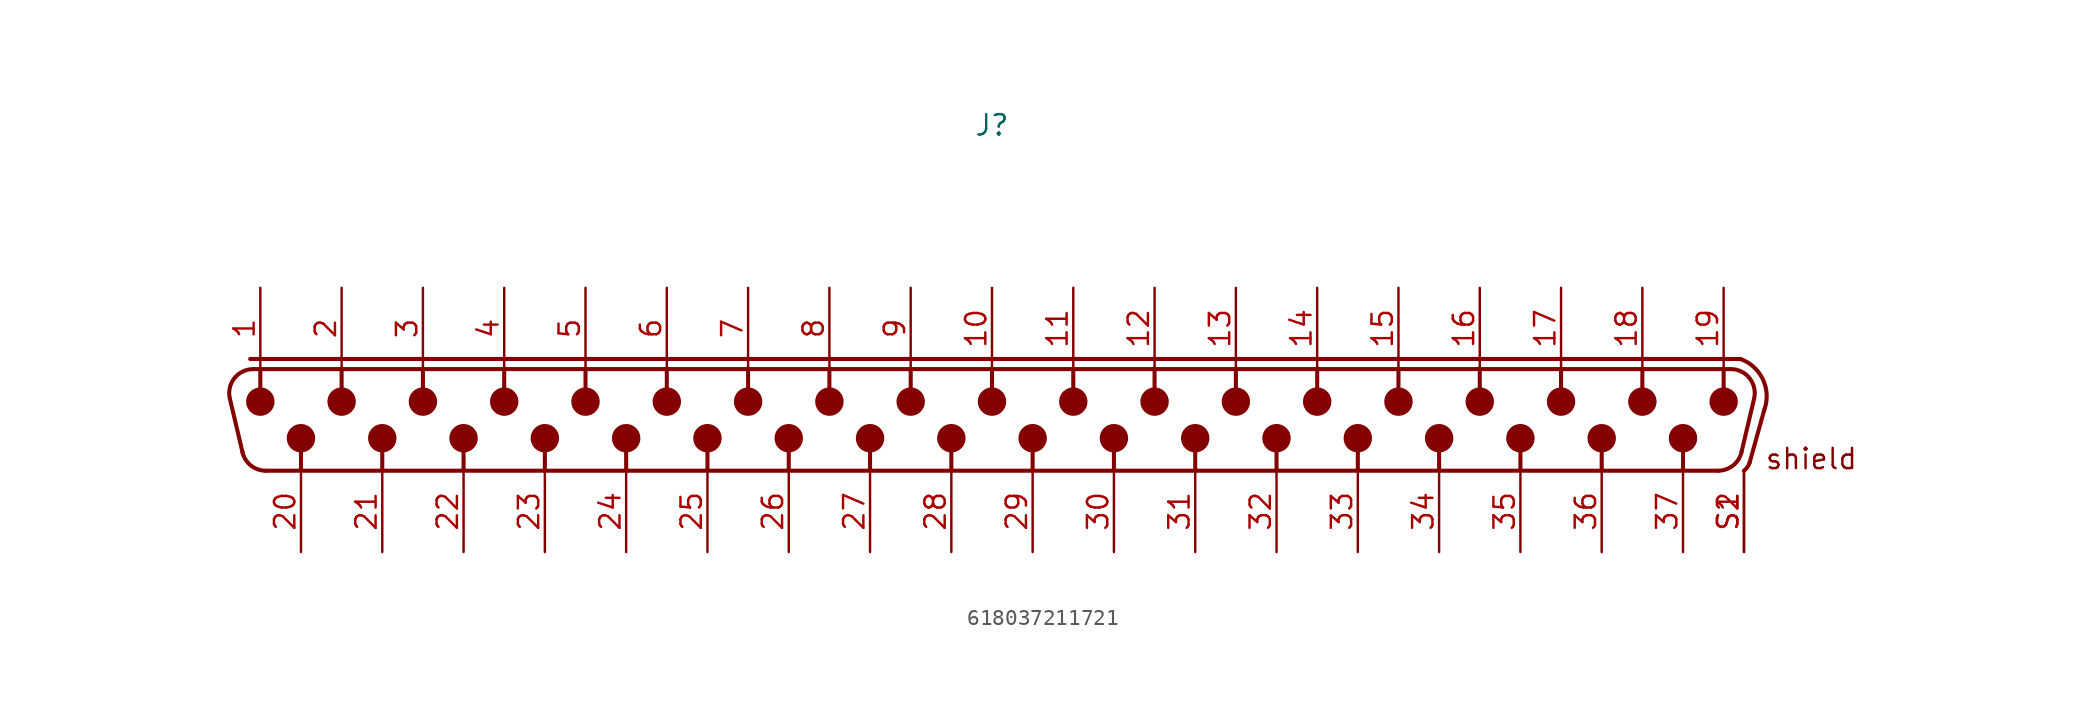
<source format=kicad_sym>
(kicad_symbol_lib
  (version 20241209)
  (generator "kicad_symbol_editor")
  (generator_version "9.0")
  (symbol "618037211721"
    (pin_names
      (hide yes))
    (property "Reference" "J"
      (at 0 17.78 0)
      (effects (font (size 1.27 1.27))))
    (symbol "618037211721_1_0"
      (polyline (pts (xy -46.833 -2.655) (xy -47.624 0.695)) (stroke (width 0.254) (type solid)) (fill (type none)))
      (polyline (pts (xy -46.355 3.175) (xy 46.76 3.175)) (stroke (width 0.254) (type solid)) (fill (type none)))
      (polyline (pts (xy -46.164 2.54) (xy 46.164 2.54)) (stroke (width 0.254) (type solid)) (fill (type none)))
      (arc (start -47.6242 0.695) (mid -47.3407 1.9707) (end -46.1643 2.54) (stroke (width 0.254) (type solid)) (fill (type none)))
      (polyline (pts (xy -45.72 2.58) (xy -45.72 0.4)) (stroke (width 0.254) (type solid)) (fill (type none)))
      (circle (center -45.72 0.508) (radius 0.762) (stroke (width 0.254) (type solid)) (fill (type outline)))
      (arc (start -45.373 -3.81) (mid -46.3038 -3.4862) (end -46.8328 -2.6547) (stroke (width 0.254) (type solid)) (fill (type none)))
      (circle (center -43.18 -1.778) (radius 0.762) (stroke (width 0.254) (type solid)) (fill (type outline)))
      (polyline (pts (xy -43.18 -3.81) (xy -43.18 -1.63)) (stroke (width 0.254) (type solid)) (fill (type none)))
      (polyline (pts (xy -40.64 2.58) (xy -40.64 0.4)) (stroke (width 0.254) (type solid)) (fill (type none)))
      (circle (center -40.64 0.508) (radius 0.762) (stroke (width 0.254) (type solid)) (fill (type outline)))
      (circle (center -38.1 -1.778) (radius 0.762) (stroke (width 0.254) (type solid)) (fill (type outline)))
      (polyline (pts (xy -38.1 -3.81) (xy -38.1 -1.63)) (stroke (width 0.254) (type solid)) (fill (type none)))
      (polyline (pts (xy -35.56 2.58) (xy -35.56 0.4)) (stroke (width 0.254) (type solid)) (fill (type none)))
      (circle (center -35.56 0.508) (radius 0.762) (stroke (width 0.254) (type solid)) (fill (type outline)))
      (circle (center -33.02 -1.778) (radius 0.762) (stroke (width 0.254) (type solid)) (fill (type outline)))
      (polyline (pts (xy -33.02 -3.81) (xy -33.02 -1.63)) (stroke (width 0.254) (type solid)) (fill (type none)))
      (polyline (pts (xy -30.48 2.58) (xy -30.48 0.4)) (stroke (width 0.254) (type solid)) (fill (type none)))
      (circle (center -30.48 0.508) (radius 0.762) (stroke (width 0.254) (type solid)) (fill (type outline)))
      (circle (center -27.94 -1.778) (radius 0.762) (stroke (width 0.254) (type solid)) (fill (type outline)))
      (polyline (pts (xy -27.94 -3.81) (xy -27.94 -1.63)) (stroke (width 0.254) (type solid)) (fill (type none)))
      (polyline (pts (xy -25.4 2.58) (xy -25.4 0.4)) (stroke (width 0.254) (type solid)) (fill (type none)))
      (circle (center -25.4 0.508) (radius 0.762) (stroke (width 0.254) (type solid)) (fill (type outline)))
      (circle (center -22.86 -1.778) (radius 0.762) (stroke (width 0.254) (type solid)) (fill (type outline)))
      (polyline (pts (xy -22.86 -3.81) (xy -22.86 -1.63)) (stroke (width 0.254) (type solid)) (fill (type none)))
      (polyline (pts (xy -20.32 2.58) (xy -20.32 0.4)) (stroke (width 0.254) (type solid)) (fill (type none)))
      (circle (center -20.32 0.508) (radius 0.762) (stroke (width 0.254) (type solid)) (fill (type outline)))
      (circle (center -17.78 -1.778) (radius 0.762) (stroke (width 0.254) (type solid)) (fill (type outline)))
      (polyline (pts (xy -17.78 -3.81) (xy -17.78 -1.63)) (stroke (width 0.254) (type solid)) (fill (type none)))
      (polyline (pts (xy -15.24 2.58) (xy -15.24 0.4)) (stroke (width 0.254) (type solid)) (fill (type none)))
      (circle (center -15.24 0.508) (radius 0.762) (stroke (width 0.254) (type solid)) (fill (type outline)))
      (circle (center -12.7 -1.778) (radius 0.762) (stroke (width 0.254) (type solid)) (fill (type outline)))
      (polyline (pts (xy -12.7 -3.81) (xy -12.7 -1.63)) (stroke (width 0.254) (type solid)) (fill (type none)))
      (polyline (pts (xy -10.16 2.58) (xy -10.16 0.4)) (stroke (width 0.254) (type solid)) (fill (type none)))
      (circle (center -10.16 0.508) (radius 0.762) (stroke (width 0.254) (type solid)) (fill (type outline)))
      (circle (center -7.62 -1.778) (radius 0.762) (stroke (width 0.254) (type solid)) (fill (type outline)))
      (polyline (pts (xy -7.62 -3.81) (xy -7.62 -1.63)) (stroke (width 0.254) (type solid)) (fill (type none)))
      (polyline (pts (xy -5.08 2.58) (xy -5.08 0.4)) (stroke (width 0.254) (type solid)) (fill (type none)))
      (circle (center -5.08 0.508) (radius 0.762) (stroke (width 0.254) (type solid)) (fill (type outline)))
      (circle (center -2.54 -1.778) (radius 0.762) (stroke (width 0.254) (type solid)) (fill (type outline)))
      (polyline (pts (xy -2.54 -3.81) (xy -2.54 -1.63)) (stroke (width 0.254) (type solid)) (fill (type none)))
      (polyline (pts (xy 0 2.58) (xy 0 0.4)) (stroke (width 0.254) (type solid)) (fill (type none)))
      (circle (center 0 0.508) (radius 0.762) (stroke (width 0.254) (type solid)) (fill (type outline)))
      (circle (center 2.54 -1.778) (radius 0.762) (stroke (width 0.254) (type solid)) (fill (type outline)))
      (polyline (pts (xy 2.54 -3.81) (xy 2.54 -1.63)) (stroke (width 0.254) (type solid)) (fill (type none)))
      (polyline (pts (xy 5.08 2.58) (xy 5.08 0.4)) (stroke (width 0.254) (type solid)) (fill (type none)))
      (circle (center 5.08 0.508) (radius 0.762) (stroke (width 0.254) (type solid)) (fill (type outline)))
      (circle (center 7.62 -1.778) (radius 0.762) (stroke (width 0.254) (type solid)) (fill (type outline)))
      (polyline (pts (xy 7.62 -3.81) (xy 7.62 -1.63)) (stroke (width 0.254) (type solid)) (fill (type none)))
      (polyline (pts (xy 10.16 2.58) (xy 10.16 0.4)) (stroke (width 0.254) (type solid)) (fill (type none)))
      (circle (center 10.16 0.508) (radius 0.762) (stroke (width 0.254) (type solid)) (fill (type outline)))
      (circle (center 12.7 -1.778) (radius 0.762) (stroke (width 0.254) (type solid)) (fill (type outline)))
      (polyline (pts (xy 12.7 -3.81) (xy 12.7 -1.63)) (stroke (width 0.254) (type solid)) (fill (type none)))
      (polyline (pts (xy 15.24 2.58) (xy 15.24 0.4)) (stroke (width 0.254) (type solid)) (fill (type none)))
      (circle (center 15.24 0.508) (radius 0.762) (stroke (width 0.254) (type solid)) (fill (type outline)))
      (circle (center 17.78 -1.778) (radius 0.762) (stroke (width 0.254) (type solid)) (fill (type outline)))
      (polyline (pts (xy 17.78 -3.81) (xy 17.78 -1.63)) (stroke (width 0.254) (type solid)) (fill (type none)))
      (polyline (pts (xy 20.32 2.58) (xy 20.32 0.4)) (stroke (width 0.254) (type solid)) (fill (type none)))
      (circle (center 20.32 0.508) (radius 0.762) (stroke (width 0.254) (type solid)) (fill (type outline)))
      (circle (center 22.86 -1.778) (radius 0.762) (stroke (width 0.254) (type solid)) (fill (type outline)))
      (polyline (pts (xy 22.86 -3.81) (xy 22.86 -1.63)) (stroke (width 0.254) (type solid)) (fill (type none)))
      (polyline (pts (xy 25.4 2.58) (xy 25.4 0.4)) (stroke (width 0.254) (type solid)) (fill (type none)))
      (circle (center 25.4 0.508) (radius 0.762) (stroke (width 0.254) (type solid)) (fill (type outline)))
      (circle (center 27.94 -1.778) (radius 0.762) (stroke (width 0.254) (type solid)) (fill (type outline)))
      (polyline (pts (xy 27.94 -3.81) (xy 27.94 -1.63)) (stroke (width 0.254) (type solid)) (fill (type none)))
      (polyline (pts (xy 30.48 2.58) (xy 30.48 0.4)) (stroke (width 0.254) (type solid)) (fill (type none)))
      (circle (center 30.48 0.508) (radius 0.762) (stroke (width 0.254) (type solid)) (fill (type outline)))
      (circle (center 33.02 -1.778) (radius 0.762) (stroke (width 0.254) (type solid)) (fill (type outline)))
      (polyline (pts (xy 33.02 -3.81) (xy 33.02 -1.63)) (stroke (width 0.254) (type solid)) (fill (type none)))
      (polyline (pts (xy 35.56 2.58) (xy 35.56 0.4)) (stroke (width 0.254) (type solid)) (fill (type none)))
      (circle (center 35.56 0.508) (radius 0.762) (stroke (width 0.254) (type solid)) (fill (type outline)))
      (circle (center 38.1 -1.778) (radius 0.762) (stroke (width 0.254) (type solid)) (fill (type outline)))
      (polyline (pts (xy 38.1 -3.81) (xy 38.1 -1.63)) (stroke (width 0.254) (type solid)) (fill (type none)))
      (polyline (pts (xy 40.64 2.58) (xy 40.64 0.4)) (stroke (width 0.254) (type solid)) (fill (type none)))
      (circle (center 40.64 0.508) (radius 0.762) (stroke (width 0.254) (type solid)) (fill (type outline)))
      (circle (center 43.18 -1.778) (radius 0.762) (stroke (width 0.254) (type solid)) (fill (type outline)))
      (polyline (pts (xy 43.18 -3.81) (xy 43.18 -1.63)) (stroke (width 0.254) (type solid)) (fill (type none)))
      (arc (start 46.8328 -2.6548) (mid 46.3037 -3.4863) (end 45.3729 -3.81) (stroke (width 0.254) (type solid)) (fill (type none)))
      (polyline (pts (xy 45.373 -3.81) (xy -45.373 -3.81)) (stroke (width 0.254) (type solid)) (fill (type none)))
      (polyline (pts (xy 45.72 2.58) (xy 45.72 0.4)) (stroke (width 0.254) (type solid)) (fill (type none)))
      (circle (center 45.72 0.508) (radius 0.762) (stroke (width 0.254) (type solid)) (fill (type outline)))
      (arc (start 46.76 3.175) (mid 48.1707 1.8996) (end 48.26 0) (stroke (width 0.254) (type solid)) (fill (type none)))
      (arc (start 46.1643 2.54) (mid 47.3407 1.9707) (end 47.6242 0.695) (stroke (width 0.254) (type solid)) (fill (type none)))
      (arc (start 47.3439 -3.3037) (mid 47.2048 -3.5833) (end 46.99 -3.81) (stroke (width 0.254) (type solid)) (fill (type none)))
      (polyline (pts (xy 47.344 -3.304) (xy 48.26 0)) (stroke (width 0.254) (type solid)) (fill (type none)))
      (polyline (pts (xy 47.624 0.695) (xy 46.833 -2.655)) (stroke (width 0.254) (type solid)) (fill (type none)))
      (pin passive line (at -45.72 7.62 270) (length 5.08) (name "1" (effects (font (size 1.27 1.27)))) (number "1" (effects (font (size 1.27 1.27)))))
      (pin passive line (at -43.18 -8.89 90) (length 5.08) (name "20" (effects (font (size 1.27 1.27)))) (number "20" (effects (font (size 1.27 1.27)))))
      (pin passive line (at -40.64 7.62 270) (length 5.08) (name "2" (effects (font (size 1.27 1.27)))) (number "2" (effects (font (size 1.27 1.27)))))
      (pin passive line (at -38.1 -8.89 90) (length 5.08) (name "21" (effects (font (size 1.27 1.27)))) (number "21" (effects (font (size 1.27 1.27)))))
      (pin passive line (at -35.56 7.62 270) (length 5.08) (name "3" (effects (font (size 1.27 1.27)))) (number "3" (effects (font (size 1.27 1.27)))))
      (pin passive line (at -33.02 -8.89 90) (length 5.08) (name "22" (effects (font (size 1.27 1.27)))) (number "22" (effects (font (size 1.27 1.27)))))
      (pin passive line (at -30.48 7.62 270) (length 5.08) (name "4" (effects (font (size 1.27 1.27)))) (number "4" (effects (font (size 1.27 1.27)))))
      (pin passive line (at -27.94 -8.89 90) (length 5.08) (name "23" (effects (font (size 1.27 1.27)))) (number "23" (effects (font (size 1.27 1.27)))))
      (pin passive line (at -25.4 7.62 270) (length 5.08) (name "5" (effects (font (size 1.27 1.27)))) (number "5" (effects (font (size 1.27 1.27)))))
      (pin passive line (at -22.86 -8.89 90) (length 5.08) (name "24" (effects (font (size 1.27 1.27)))) (number "24" (effects (font (size 1.27 1.27)))))
      (pin passive line (at -20.32 7.62 270) (length 5.08) (name "6" (effects (font (size 1.27 1.27)))) (number "6" (effects (font (size 1.27 1.27)))))
      (pin passive line (at -17.78 -8.89 90) (length 5.08) (name "25" (effects (font (size 1.27 1.27)))) (number "25" (effects (font (size 1.27 1.27)))))
      (pin passive line (at -15.24 7.62 270) (length 5.08) (name "7" (effects (font (size 1.27 1.27)))) (number "7" (effects (font (size 1.27 1.27)))))
      (pin passive line (at -12.7 -8.89 90) (length 5.08) (name "26" (effects (font (size 1.27 1.27)))) (number "26" (effects (font (size 1.27 1.27)))))
      (pin passive line (at -10.16 7.62 270) (length 5.08) (name "8" (effects (font (size 1.27 1.27)))) (number "8" (effects (font (size 1.27 1.27)))))
      (pin passive line (at -7.62 -8.89 90) (length 5.08) (name "27" (effects (font (size 1.27 1.27)))) (number "27" (effects (font (size 1.27 1.27)))))
      (pin passive line (at -5.08 7.62 270) (length 5.08) (name "9" (effects (font (size 1.27 1.27)))) (number "9" (effects (font (size 1.27 1.27)))))
      (pin passive line (at -2.54 -8.89 90) (length 5.08) (name "28" (effects (font (size 1.27 1.27)))) (number "28" (effects (font (size 1.27 1.27)))))
      (pin passive line (at 0 7.62 270) (length 5.08) (name "10" (effects (font (size 1.27 1.27)))) (number "10" (effects (font (size 1.27 1.27)))))
      (pin passive line (at 2.54 -8.89 90) (length 5.08) (name "29" (effects (font (size 1.27 1.27)))) (number "29" (effects (font (size 1.27 1.27)))))
      (pin passive line (at 5.08 7.62 270) (length 5.08) (name "11" (effects (font (size 1.27 1.27)))) (number "11" (effects (font (size 1.27 1.27)))))
      (pin passive line (at 7.62 -8.89 90) (length 5.08) (name "30" (effects (font (size 1.27 1.27)))) (number "30" (effects (font (size 1.27 1.27)))))
      (pin passive line (at 10.16 7.62 270) (length 5.08) (name "12" (effects (font (size 1.27 1.27)))) (number "12" (effects (font (size 1.27 1.27)))))
      (pin passive line (at 12.7 -8.89 90) (length 5.08) (name "31" (effects (font (size 1.27 1.27)))) (number "31" (effects (font (size 1.27 1.27)))))
      (pin passive line (at 15.24 7.62 270) (length 5.08) (name "13" (effects (font (size 1.27 1.27)))) (number "13" (effects (font (size 1.27 1.27)))))
      (pin passive line (at 17.78 -8.89 90) (length 5.08) (name "32" (effects (font (size 1.27 1.27)))) (number "32" (effects (font (size 1.27 1.27)))))
      (pin passive line (at 20.32 7.62 270) (length 5.08) (name "14" (effects (font (size 1.27 1.27)))) (number "14" (effects (font (size 1.27 1.27)))))
      (pin passive line (at 22.86 -8.89 90) (length 5.08) (name "33" (effects (font (size 1.27 1.27)))) (number "33" (effects (font (size 1.27 1.27)))))
      (pin passive line (at 25.4 7.62 270) (length 5.08) (name "15" (effects (font (size 1.27 1.27)))) (number "15" (effects (font (size 1.27 1.27)))))
      (pin passive line (at 27.94 -8.89 90) (length 5.08) (name "34" (effects (font (size 1.27 1.27)))) (number "34" (effects (font (size 1.27 1.27)))))
      (pin passive line (at 30.48 7.62 270) (length 5.08) (name "16" (effects (font (size 1.27 1.27)))) (number "16" (effects (font (size 1.27 1.27)))))
      (pin passive line (at 33.02 -8.89 90) (length 5.08) (name "35" (effects (font (size 1.27 1.27)))) (number "35" (effects (font (size 1.27 1.27)))))
      (pin passive line (at 35.56 7.62 270) (length 5.08) (name "17" (effects (font (size 1.27 1.27)))) (number "17" (effects (font (size 1.27 1.27)))))
      (pin passive line (at 38.1 -8.89 90) (length 5.08) (name "36" (effects (font (size 1.27 1.27)))) (number "36" (effects (font (size 1.27 1.27)))))
      (pin passive line (at 40.64 7.62 270) (length 5.08) (name "18" (effects (font (size 1.27 1.27)))) (number "18" (effects (font (size 1.27 1.27)))))
      (pin passive line (at 43.18 -8.89 90) (length 5.08) (name "37" (effects (font (size 1.27 1.27)))) (number "37" (effects (font (size 1.27 1.27)))))
      (pin passive line (at 45.72 7.62 270) (length 5.08) (name "19" (effects (font (size 1.27 1.27)))) (number "19" (effects (font (size 1.27 1.27)))))
      (pin passive line (at 46.99 -8.89 90) (length 5.08) (name "SHIELD" (effects (font (size 1.27 1.27)))) (number "S1" (effects (font (size 1.27 1.27)))))
      (pin passive line (at 46.99 -8.89 90) (length 5.08) (name "SHIELD" (effects (font (size 1.27 1.27)))) (number "S2" (effects (font (size 1.27 1.27))))))
    (symbol "618037211721_1_1"
      (text "shield" (at 48.26 -3.81 0) (effects (font (size 1.27 1.27)) (justify left bottom))))))
</source>
